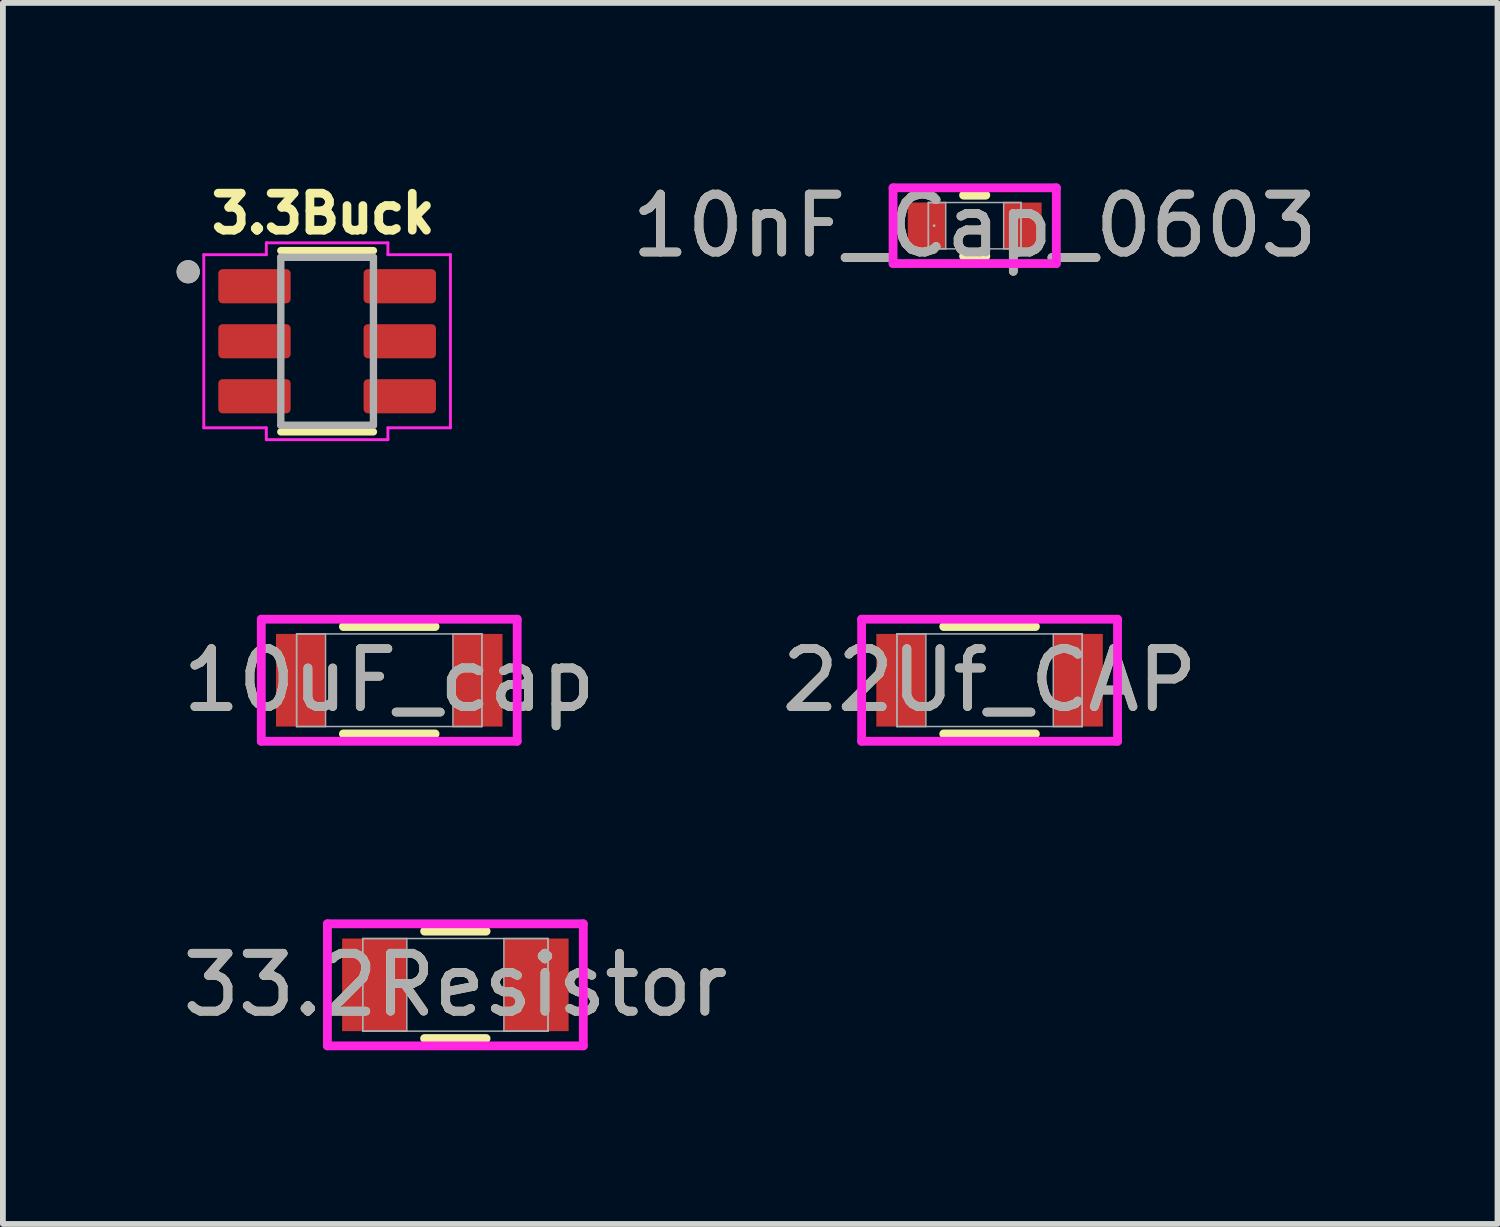
<source format=kicad_pcb>
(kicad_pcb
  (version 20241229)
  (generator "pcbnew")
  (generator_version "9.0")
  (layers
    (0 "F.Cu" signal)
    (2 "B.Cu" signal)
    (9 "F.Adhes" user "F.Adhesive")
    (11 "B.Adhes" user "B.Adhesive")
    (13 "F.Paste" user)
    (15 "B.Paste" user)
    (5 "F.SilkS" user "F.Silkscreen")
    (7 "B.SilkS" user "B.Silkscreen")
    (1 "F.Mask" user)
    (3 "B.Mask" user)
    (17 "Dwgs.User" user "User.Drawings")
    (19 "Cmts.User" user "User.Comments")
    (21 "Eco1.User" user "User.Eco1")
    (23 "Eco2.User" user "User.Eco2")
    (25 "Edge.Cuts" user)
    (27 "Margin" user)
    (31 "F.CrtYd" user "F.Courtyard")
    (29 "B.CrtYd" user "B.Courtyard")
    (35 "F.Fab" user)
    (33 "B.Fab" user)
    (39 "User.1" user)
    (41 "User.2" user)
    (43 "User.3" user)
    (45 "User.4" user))
  (footprint "22Uf_CAP"
    (layer "F.Cu")
    (at 14.042 8.699)
    (property "Reference" "22Uf_CAP" (at 0 0 0) (unlocked yes) (layer "F.SilkS") (effects (font (size 1 1) (thickness 0.15))))
    (attr smd)
    (fp_line (start -0.792 0.927) (end 0.792 0.927) (stroke (width 0.152) (type solid)) (layer "F.SilkS"))
    (fp_line (start 0.792 -0.927) (end -0.792 -0.927) (stroke (width 0.152) (type solid)) (layer "F.SilkS"))
    (fp_line (start -2.21 -1.054) (end 2.21 -1.054) (stroke (width 0.152) (type solid)) (layer "F.CrtYd"))
    (fp_line (start -2.21 1.054) (end -2.21 -1.054) (stroke (width 0.152) (type solid)) (layer "F.CrtYd"))
    (fp_line (start 2.21 -1.054) (end 2.21 1.054) (stroke (width 0.152) (type solid)) (layer "F.CrtYd"))
    (fp_line (start 2.21 1.054) (end -2.21 1.054) (stroke (width 0.152) (type solid)) (layer "F.CrtYd"))
    (fp_line (start -1.6 -0.8) (end -1.6 0.8) (stroke (width 0.025) (type solid)) (layer "F.Fab"))
    (fp_line (start -1.6 -0.8) (end -1.6 0.8) (stroke (width 0.025) (type solid)) (layer "F.Fab"))
    (fp_line (start -1.6 0.8) (end -1.1 0.8) (stroke (width 0.025) (type solid)) (layer "F.Fab"))
    (fp_line (start -1.6 0.8) (end 1.6 0.8) (stroke (width 0.025) (type solid)) (layer "F.Fab"))
    (fp_line (start -1.1 -0.8) (end -1.6 -0.8) (stroke (width 0.025) (type solid)) (layer "F.Fab"))
    (fp_line (start -1.1 0.8) (end -1.1 -0.8) (stroke (width 0.025) (type solid)) (layer "F.Fab"))
    (fp_line (start 1.1 -0.8) (end 1.1 0.8) (stroke (width 0.025) (type solid)) (layer "F.Fab"))
    (fp_line (start 1.1 0.8) (end 1.6 0.8) (stroke (width 0.025) (type solid)) (layer "F.Fab"))
    (fp_line (start 1.6 -0.8) (end -1.6 -0.8) (stroke (width 0.025) (type solid)) (layer "F.Fab"))
    (fp_line (start 1.6 -0.8) (end 1.1 -0.8) (stroke (width 0.025) (type solid)) (layer "F.Fab"))
    (fp_line (start 1.6 0.8) (end 1.6 -0.8) (stroke (width 0.025) (type solid)) (layer "F.Fab"))
    (fp_line (start 1.6 0.8) (end 1.6 -0.8) (stroke (width 0.025) (type solid)) (layer "F.Fab"))
    (fp_circle (center -1.401 0) (end -1.401 0) (stroke (width 0.025) (type solid)) (fill no) (layer "F.Fab"))
    (fp_text user "${REFERENCE}" (at 0 0 0) (unlocked yes) (layer "F.Fab") (effects (font (size 1 1) (thickness 0.15))))
    (pad "1" smd rect (at -1.528 0) (size 0.856 1.6) (layers "F.Cu" "F.Mask" "F.Paste"))
    (pad "2" smd rect (at 1.528 0) (size 0.856 1.6) (layers "F.Cu" "F.Mask" "F.Paste"))
    (zone (net_name "") (layer "F.Cu") (hatch full 0.508) (connect_pads) (min_thickness 0.254) (filled_areas_thickness no) (keepout (tracks not_allowed) (vias not_allowed) (pads allowed) (copperpour not_allowed) (footprints allowed)) (placement (enabled no)) (fill) (polygon (pts (xy 12.992 7.95) (xy 15.091 7.95) (xy 15.091 9.448) (xy 12.992 9.448)))))
  (footprint "10uF_cap"
    (layer "F.Cu")
    (at 3.673 8.699)
    (property "Reference" "10uF_cap" (at 0 0 0) (unlocked yes) (layer "F.SilkS") (effects (font (size 1 1) (thickness 0.15))))
    (attr smd)
    (fp_line (start -0.792 0.927) (end 0.792 0.927) (stroke (width 0.152) (type solid)) (layer "F.SilkS"))
    (fp_line (start 0.792 -0.927) (end -0.792 -0.927) (stroke (width 0.152) (type solid)) (layer "F.SilkS"))
    (fp_line (start -2.21 -1.054) (end 2.21 -1.054) (stroke (width 0.152) (type solid)) (layer "F.CrtYd"))
    (fp_line (start -2.21 1.054) (end -2.21 -1.054) (stroke (width 0.152) (type solid)) (layer "F.CrtYd"))
    (fp_line (start 2.21 -1.054) (end 2.21 1.054) (stroke (width 0.152) (type solid)) (layer "F.CrtYd"))
    (fp_line (start 2.21 1.054) (end -2.21 1.054) (stroke (width 0.152) (type solid)) (layer "F.CrtYd"))
    (fp_line (start -1.6 -0.8) (end -1.6 0.8) (stroke (width 0.025) (type solid)) (layer "F.Fab"))
    (fp_line (start -1.6 -0.8) (end -1.6 0.8) (stroke (width 0.025) (type solid)) (layer "F.Fab"))
    (fp_line (start -1.6 0.8) (end -1.1 0.8) (stroke (width 0.025) (type solid)) (layer "F.Fab"))
    (fp_line (start -1.6 0.8) (end 1.6 0.8) (stroke (width 0.025) (type solid)) (layer "F.Fab"))
    (fp_line (start -1.1 -0.8) (end -1.6 -0.8) (stroke (width 0.025) (type solid)) (layer "F.Fab"))
    (fp_line (start -1.1 0.8) (end -1.1 -0.8) (stroke (width 0.025) (type solid)) (layer "F.Fab"))
    (fp_line (start 1.1 -0.8) (end 1.1 0.8) (stroke (width 0.025) (type solid)) (layer "F.Fab"))
    (fp_line (start 1.1 0.8) (end 1.6 0.8) (stroke (width 0.025) (type solid)) (layer "F.Fab"))
    (fp_line (start 1.6 -0.8) (end -1.6 -0.8) (stroke (width 0.025) (type solid)) (layer "F.Fab"))
    (fp_line (start 1.6 -0.8) (end 1.1 -0.8) (stroke (width 0.025) (type solid)) (layer "F.Fab"))
    (fp_line (start 1.6 0.8) (end 1.6 -0.8) (stroke (width 0.025) (type solid)) (layer "F.Fab"))
    (fp_line (start 1.6 0.8) (end 1.6 -0.8) (stroke (width 0.025) (type solid)) (layer "F.Fab"))
    (fp_circle (center -1.401 0) (end -1.401 0) (stroke (width 0.025) (type solid)) (fill no) (layer "F.Fab"))
    (fp_text user "${REFERENCE}" (at 0 0 0) (unlocked yes) (layer "F.Fab") (effects (font (size 1 1) (thickness 0.15))))
    (pad "1" smd rect (at -1.528 0) (size 0.856 1.6) (layers "F.Cu" "F.Mask" "F.Paste"))
    (pad "2" smd rect (at 1.528 0) (size 0.856 1.6) (layers "F.Cu" "F.Mask" "F.Paste"))
    (zone (net_name "") (layer "F.Cu") (hatch full 0.508) (connect_pads) (min_thickness 0.254) (filled_areas_thickness no) (keepout (tracks not_allowed) (vias not_allowed) (pads allowed) (copperpour not_allowed) (footprints allowed)) (placement (enabled no)) (fill) (polygon (pts (xy 2.623 7.95) (xy 4.722 7.95) (xy 4.722 9.448) (xy 2.623 9.448)))))
  (footprint "3.3Buck"
    (layer "F.Cu")
    (at 2.6 2.844)
    (property "Reference" "3.3Buck" (at -0.068 -2.206 0) (layer "F.SilkS") (effects (font (size 0.64 0.64) (thickness 0.15))))
    (attr smd)
    (fp_line (start -0.8 -1.565) (end 0.8 -1.565) (stroke (width 0.127) (type solid)) (layer "F.SilkS"))
    (fp_line (start -0.8 1.565) (end 0.8 1.565) (stroke (width 0.127) (type solid)) (layer "F.SilkS"))
    (fp_circle (center -2.4 -1.2) (end -2.3 -1.2) (stroke (width 0.2) (type solid)) (fill no) (layer "F.SilkS"))
    (fp_line (start -2.13 -1.495) (end -2.13 1.495) (stroke (width 0.05) (type solid)) (layer "F.CrtYd"))
    (fp_line (start -2.13 1.495) (end -1.05 1.495) (stroke (width 0.05) (type solid)) (layer "F.CrtYd"))
    (fp_line (start -1.05 -1.7) (end -1.05 -1.495) (stroke (width 0.05) (type solid)) (layer "F.CrtYd"))
    (fp_line (start -1.05 -1.495) (end -2.13 -1.495) (stroke (width 0.05) (type solid)) (layer "F.CrtYd"))
    (fp_line (start -1.05 1.495) (end -1.05 1.7) (stroke (width 0.05) (type solid)) (layer "F.CrtYd"))
    (fp_line (start -1.05 1.7) (end 1.05 1.7) (stroke (width 0.05) (type solid)) (layer "F.CrtYd"))
    (fp_line (start 1.05 -1.7) (end -1.05 -1.7) (stroke (width 0.05) (type solid)) (layer "F.CrtYd"))
    (fp_line (start 1.05 -1.495) (end 1.05 -1.7) (stroke (width 0.05) (type solid)) (layer "F.CrtYd"))
    (fp_line (start 1.05 1.495) (end 2.13 1.495) (stroke (width 0.05) (type solid)) (layer "F.CrtYd"))
    (fp_line (start 1.05 1.7) (end 1.05 1.495) (stroke (width 0.05) (type solid)) (layer "F.CrtYd"))
    (fp_line (start 2.13 -1.495) (end 1.05 -1.495) (stroke (width 0.05) (type solid)) (layer "F.CrtYd"))
    (fp_line (start 2.13 1.495) (end 2.13 -1.495) (stroke (width 0.05) (type solid)) (layer "F.CrtYd"))
    (fp_line (start -0.8 -1.45) (end -0.8 1.45) (stroke (width 0.127) (type solid)) (layer "F.Fab"))
    (fp_line (start -0.8 1.45) (end 0.8 1.45) (stroke (width 0.127) (type solid)) (layer "F.Fab"))
    (fp_line (start 0.8 -1.45) (end -0.8 -1.45) (stroke (width 0.127) (type solid)) (layer "F.Fab"))
    (fp_line (start 0.8 1.45) (end 0.8 -1.45) (stroke (width 0.127) (type solid)) (layer "F.Fab"))
    (fp_circle (center -2.4 -1.2) (end -2.3 -1.2) (stroke (width 0.2) (type solid)) (fill no) (layer "F.Fab"))
    (pad "1" smd roundrect (at -1.255 -0.95) (size 1.25 0.59) (layers "F.Cu" "F.Mask" "F.Paste") (roundrect_rratio 0.125))
    (pad "2" smd roundrect (at -1.255 0) (size 1.25 0.59) (layers "F.Cu" "F.Mask" "F.Paste") (roundrect_rratio 0.125))
    (pad "3" smd roundrect (at -1.255 0.95) (size 1.25 0.59) (layers "F.Cu" "F.Mask" "F.Paste") (roundrect_rratio 0.125))
    (pad "4" smd roundrect (at 1.255 0.95) (size 1.25 0.59) (layers "F.Cu" "F.Mask" "F.Paste") (roundrect_rratio 0.125))
    (pad "5" smd roundrect (at 1.255 0) (size 1.25 0.59) (layers "F.Cu" "F.Mask" "F.Paste") (roundrect_rratio 0.125))
    (pad "6" smd roundrect (at 1.255 -0.95) (size 1.25 0.59) (layers "F.Cu" "F.Mask" "F.Paste") (roundrect_rratio 0.125)))
  (footprint "33.2Resistor"
    (layer "F.Cu")
    (at 4.815 13.96)
    (property "Reference" "33.2Resistor" (at 0 0 0) (unlocked yes) (layer "F.SilkS") (effects (font (size 1 1) (thickness 0.15))))
    (attr smd)
    (fp_line (start -0.531 0.927) (end 0.531 0.927) (stroke (width 0.152) (type solid)) (layer "F.SilkS"))
    (fp_line (start 0.531 -0.927) (end -0.531 -0.927) (stroke (width 0.152) (type solid)) (layer "F.SilkS"))
    (fp_line (start -2.21 -1.054) (end 2.21 -1.054) (stroke (width 0.152) (type solid)) (layer "F.CrtYd"))
    (fp_line (start -2.21 1.054) (end -2.21 -1.054) (stroke (width 0.152) (type solid)) (layer "F.CrtYd"))
    (fp_line (start 2.21 -1.054) (end 2.21 1.054) (stroke (width 0.152) (type solid)) (layer "F.CrtYd"))
    (fp_line (start 2.21 1.054) (end -2.21 1.054) (stroke (width 0.152) (type solid)) (layer "F.CrtYd"))
    (fp_line (start -1.6 -0.8) (end -1.6 0.8) (stroke (width 0.025) (type solid)) (layer "F.Fab"))
    (fp_line (start -1.6 -0.8) (end -1.6 0.8) (stroke (width 0.025) (type solid)) (layer "F.Fab"))
    (fp_line (start -1.6 0.8) (end -0.838 0.8) (stroke (width 0.025) (type solid)) (layer "F.Fab"))
    (fp_line (start -1.6 0.8) (end 1.6 0.8) (stroke (width 0.025) (type solid)) (layer "F.Fab"))
    (fp_line (start -0.838 -0.8) (end -1.6 -0.8) (stroke (width 0.025) (type solid)) (layer "F.Fab"))
    (fp_line (start -0.838 0.8) (end -0.838 -0.8) (stroke (width 0.025) (type solid)) (layer "F.Fab"))
    (fp_line (start 0.838 -0.8) (end 0.838 0.8) (stroke (width 0.025) (type solid)) (layer "F.Fab"))
    (fp_line (start 0.838 0.8) (end 1.6 0.8) (stroke (width 0.025) (type solid)) (layer "F.Fab"))
    (fp_line (start 1.6 -0.8) (end -1.6 -0.8) (stroke (width 0.025) (type solid)) (layer "F.Fab"))
    (fp_line (start 1.6 -0.8) (end 0.838 -0.8) (stroke (width 0.025) (type solid)) (layer "F.Fab"))
    (fp_line (start 1.6 0.8) (end 1.6 -0.8) (stroke (width 0.025) (type solid)) (layer "F.Fab"))
    (fp_line (start 1.6 0.8) (end 1.6 -0.8) (stroke (width 0.025) (type solid)) (layer "F.Fab"))
    (fp_text user "${REFERENCE}" (at 0 0 0) (unlocked yes) (layer "F.Fab") (effects (font (size 1 1) (thickness 0.15))))
    (pad "1" smd rect (at -1.397 0) (size 1.118 1.6) (layers "F.Cu" "F.Mask" "F.Paste"))
    (pad "2" smd rect (at 1.397 0) (size 1.118 1.6) (layers "F.Cu" "F.Mask" "F.Paste"))
    (zone (net_name "") (layer "F.Cu") (hatch full 0.508) (connect_pads) (min_thickness 0.254) (filled_areas_thickness no) (keepout (tracks not_allowed) (vias not_allowed) (pads allowed) (copperpour not_allowed) (footprints allowed)) (placement (enabled no)) (fill) (polygon (pts (xy 4.028 13.21) (xy 5.603 13.21) (xy 5.603 14.709) (xy 4.028 14.709)))))
  (footprint "10nF_Cap_0603"
    (layer "F.Cu")
    (at 13.785 0.848)
    (property "Reference" "10nF_Cap_0603" (at 0 0 0) (unlocked yes) (layer "F.SilkS") (effects (font (size 1 1) (thickness 0.15))))
    (attr smd)
    (fp_line (start -0.192 0.527) (end 0.192 0.527) (stroke (width 0.152) (type solid)) (layer "F.SilkS"))
    (fp_line (start 0.192 -0.527) (end -0.192 -0.527) (stroke (width 0.152) (type solid)) (layer "F.SilkS"))
    (fp_line (start -1.41 -0.654) (end 1.41 -0.654) (stroke (width 0.152) (type solid)) (layer "F.CrtYd"))
    (fp_line (start -1.41 0.654) (end -1.41 -0.654) (stroke (width 0.152) (type solid)) (layer "F.CrtYd"))
    (fp_line (start 1.41 -0.654) (end 1.41 0.654) (stroke (width 0.152) (type solid)) (layer "F.CrtYd"))
    (fp_line (start 1.41 0.654) (end -1.41 0.654) (stroke (width 0.152) (type solid)) (layer "F.CrtYd"))
    (fp_line (start -0.8 -0.4) (end -0.8 0.4) (stroke (width 0.025) (type solid)) (layer "F.Fab"))
    (fp_line (start -0.8 -0.4) (end -0.8 0.4) (stroke (width 0.025) (type solid)) (layer "F.Fab"))
    (fp_line (start -0.8 0.4) (end -0.5 0.4) (stroke (width 0.025) (type solid)) (layer "F.Fab"))
    (fp_line (start -0.8 0.4) (end 0.8 0.4) (stroke (width 0.025) (type solid)) (layer "F.Fab"))
    (fp_line (start -0.5 -0.4) (end -0.8 -0.4) (stroke (width 0.025) (type solid)) (layer "F.Fab"))
    (fp_line (start -0.5 0.4) (end -0.5 -0.4) (stroke (width 0.025) (type solid)) (layer "F.Fab"))
    (fp_line (start 0.5 -0.4) (end 0.5 0.4) (stroke (width 0.025) (type solid)) (layer "F.Fab"))
    (fp_line (start 0.5 0.4) (end 0.8 0.4) (stroke (width 0.025) (type solid)) (layer "F.Fab"))
    (fp_line (start 0.8 -0.4) (end -0.8 -0.4) (stroke (width 0.025) (type solid)) (layer "F.Fab"))
    (fp_line (start 0.8 -0.4) (end 0.5 -0.4) (stroke (width 0.025) (type solid)) (layer "F.Fab"))
    (fp_line (start 0.8 0.4) (end 0.8 -0.4) (stroke (width 0.025) (type solid)) (layer "F.Fab"))
    (fp_line (start 0.8 0.4) (end 0.8 -0.4) (stroke (width 0.025) (type solid)) (layer "F.Fab"))
    (fp_circle (center -0.701 0) (end -0.701 0) (stroke (width 0.025) (type solid)) (fill no) (layer "F.Fab"))
    (fp_text user "${REFERENCE}" (at 0 0 0) (unlocked yes) (layer "F.Fab") (effects (font (size 1 1) (thickness 0.15))))
    (pad "1" smd rect (at -0.828 0) (size 0.656 0.8) (layers "F.Cu" "F.Mask" "F.Paste"))
    (pad "2" smd rect (at 0.828 0) (size 0.656 0.8) (layers "F.Cu" "F.Mask" "F.Paste"))
    (zone (net_name "") (layer "F.Cu") (hatch full 0.508) (connect_pads) (min_thickness 0.254) (filled_areas_thickness no) (keepout (tracks not_allowed) (vias not_allowed) (pads allowed) (copperpour not_allowed) (footprints allowed)) (placement (enabled no)) (fill) (polygon (pts (xy 13.336 0.499) (xy 14.234 0.499) (xy 14.234 1.197) (xy 13.336 1.197)))))
  (gr_rect
    (start -3 -3)
    (end 22.815 18.09)
    (stroke (width 0.1) (type default))
    (fill no)
    (layer "Edge.Cuts")))
</source>
